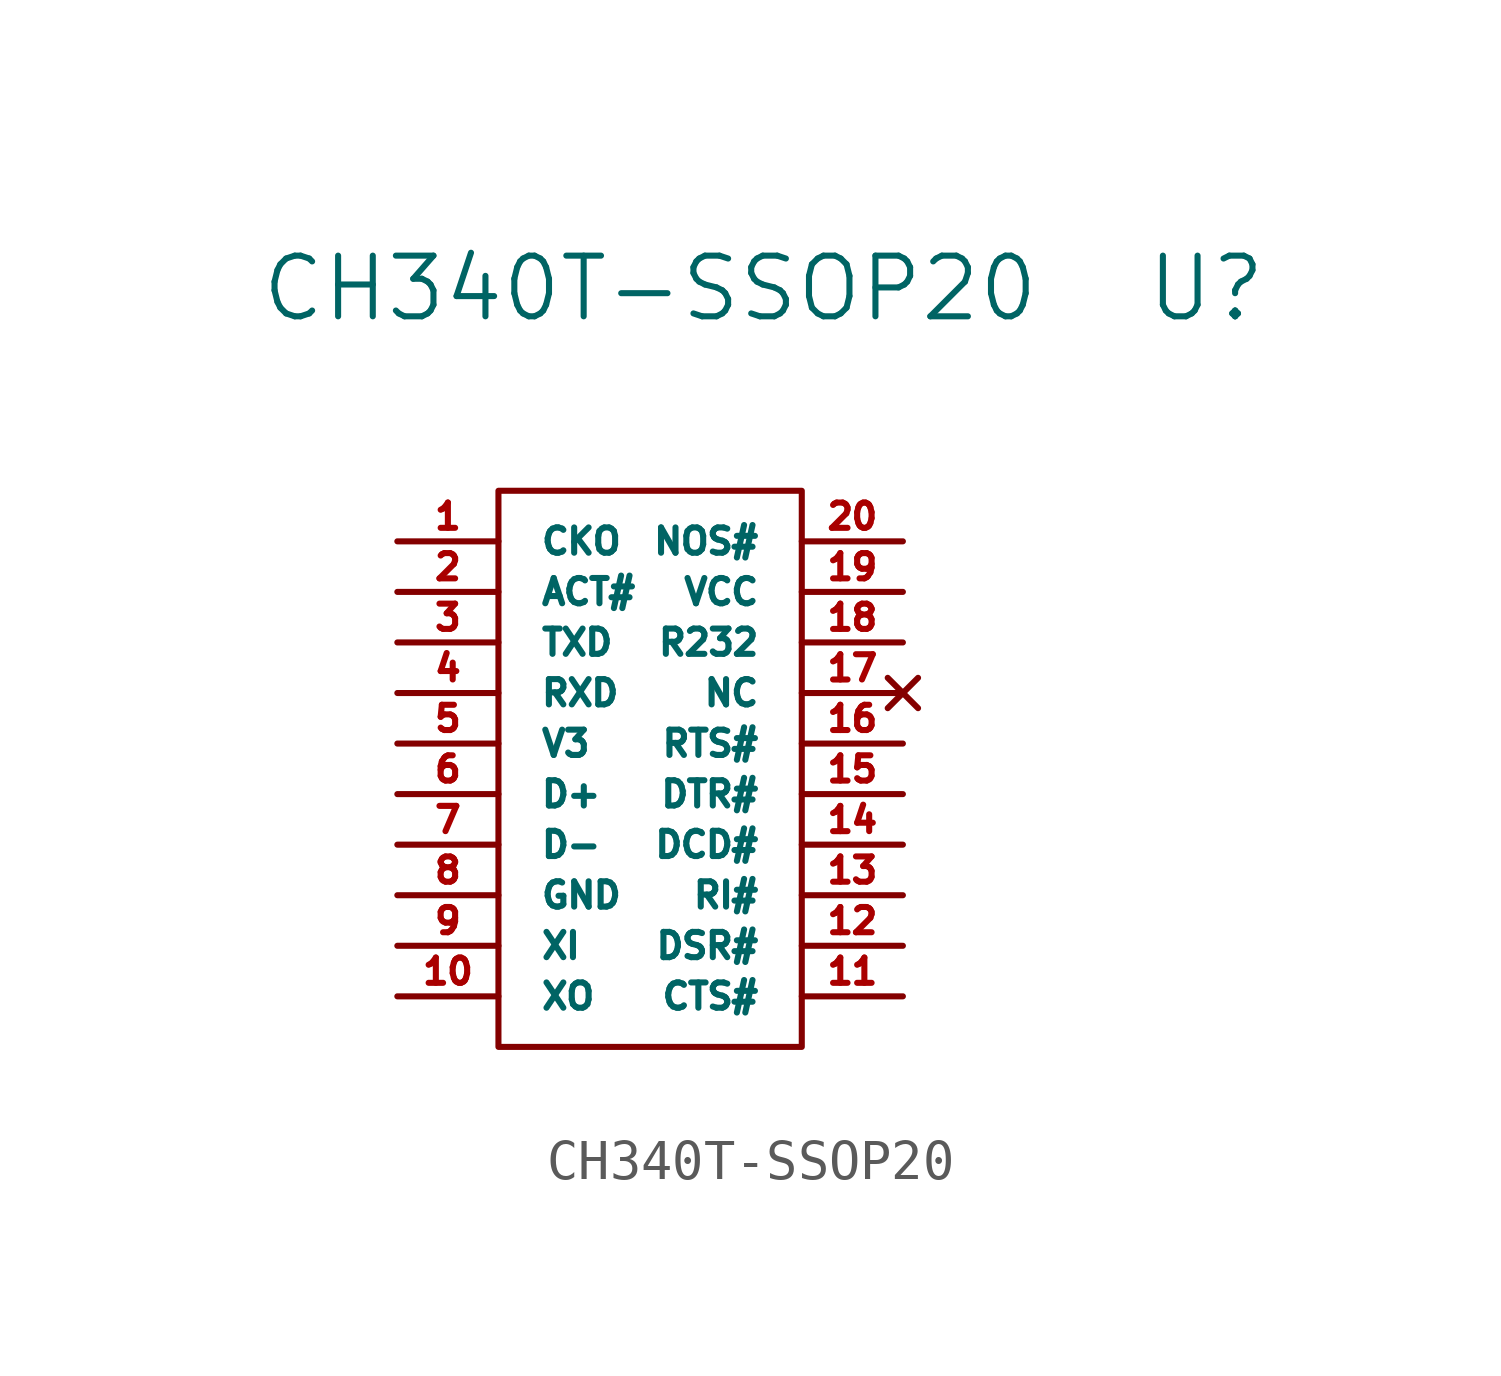
<source format=kicad_sym>
(kicad_symbol_lib
  (version 20231120)
  (generator "kicad_symbol_editor")
  (generator_version "8.0")
  (symbol "CH340T-SSOP20"
    (pin_names
      (offset 1.016))
    (property "Reference" "U"
      (at 13.97 11.43 0)
      (effects (font (size 1.524 1.524))))
    (property "Value" "CH340T-SSOP20"
      (at 0 11.43 0)
      (effects (font (size 1.524 1.524))))
    (symbol "CH340T-SSOP20_0_1"
      (rectangle (start -3.81 6.35) (end 3.81 -7.62) (stroke (width 0) (type solid)) (fill (type none))))
    (symbol "CH340T-SSOP20_1_1"
      (pin output line (at -6.35 5.08 0) (length 2.54) (name "CKO" (effects (font (size 0.635 0.635)))) (number "1" (effects (font (size 0.635 0.635)))))
      (pin output line (at -6.35 -6.35 0) (length 2.54) (name "XO" (effects (font (size 0.635 0.635)))) (number "10" (effects (font (size 0.635 0.635)))))
      (pin input line (at 6.35 -6.35 180) (length 2.54) (name "CTS#" (effects (font (size 0.635 0.635)))) (number "11" (effects (font (size 0.635 0.635)))))
      (pin input line (at 6.35 -5.08 180) (length 2.54) (name "DSR#" (effects (font (size 0.635 0.635)))) (number "12" (effects (font (size 0.635 0.635)))))
      (pin input line (at 6.35 -3.81 180) (length 2.54) (name "RI#" (effects (font (size 0.635 0.635)))) (number "13" (effects (font (size 0.635 0.635)))))
      (pin output line (at 6.35 -2.54 180) (length 2.54) (name "DCD#" (effects (font (size 0.635 0.635)))) (number "14" (effects (font (size 0.635 0.635)))))
      (pin output line (at 6.35 -1.27 180) (length 2.54) (name "DTR#" (effects (font (size 0.635 0.635)))) (number "15" (effects (font (size 0.635 0.635)))))
      (pin output line (at 6.35 0 180) (length 2.54) (name "RTS#" (effects (font (size 0.635 0.635)))) (number "16" (effects (font (size 0.635 0.635)))))
      (pin no_connect line (at 6.35 1.27 180) (length 2.54) (name "NC" (effects (font (size 0.635 0.635)))) (number "17" (effects (font (size 0.635 0.635)))))
      (pin input line (at 6.35 2.54 180) (length 2.54) (name "R232" (effects (font (size 0.635 0.635)))) (number "18" (effects (font (size 0.635 0.635)))))
      (pin power_in line (at 6.35 3.81 180) (length 2.54) (name "VCC" (effects (font (size 0.635 0.635)))) (number "19" (effects (font (size 0.635 0.635)))))
      (pin output line (at -6.35 3.81 0) (length 2.54) (name "ACT#" (effects (font (size 0.635 0.635)))) (number "2" (effects (font (size 0.635 0.635)))))
      (pin input line (at 6.35 5.08 180) (length 2.54) (name "NOS#" (effects (font (size 0.635 0.635)))) (number "20" (effects (font (size 0.635 0.635)))))
      (pin output line (at -6.35 2.54 0) (length 2.54) (name "TXD" (effects (font (size 0.635 0.635)))) (number "3" (effects (font (size 0.635 0.635)))))
      (pin input line (at -6.35 1.27 0) (length 2.54) (name "RXD" (effects (font (size 0.635 0.635)))) (number "4" (effects (font (size 0.635 0.635)))))
      (pin power_out line (at -6.35 0 0) (length 2.54) (name "V3" (effects (font (size 0.635 0.635)))) (number "5" (effects (font (size 0.635 0.635)))))
      (pin bidirectional line (at -6.35 -1.27 0) (length 2.54) (name "D+" (effects (font (size 0.635 0.635)))) (number "6" (effects (font (size 0.635 0.635)))))
      (pin bidirectional line (at -6.35 -2.54 0) (length 2.54) (name "D-" (effects (font (size 0.635 0.635)))) (number "7" (effects (font (size 0.635 0.635)))))
      (pin power_in line (at -6.35 -3.81 0) (length 2.54) (name "GND" (effects (font (size 0.635 0.635)))) (number "8" (effects (font (size 0.635 0.635)))))
      (pin input line (at -6.35 -5.08 0) (length 2.54) (name "XI" (effects (font (size 0.635 0.635)))) (number "9" (effects (font (size 0.635 0.635))))))))
</source>
